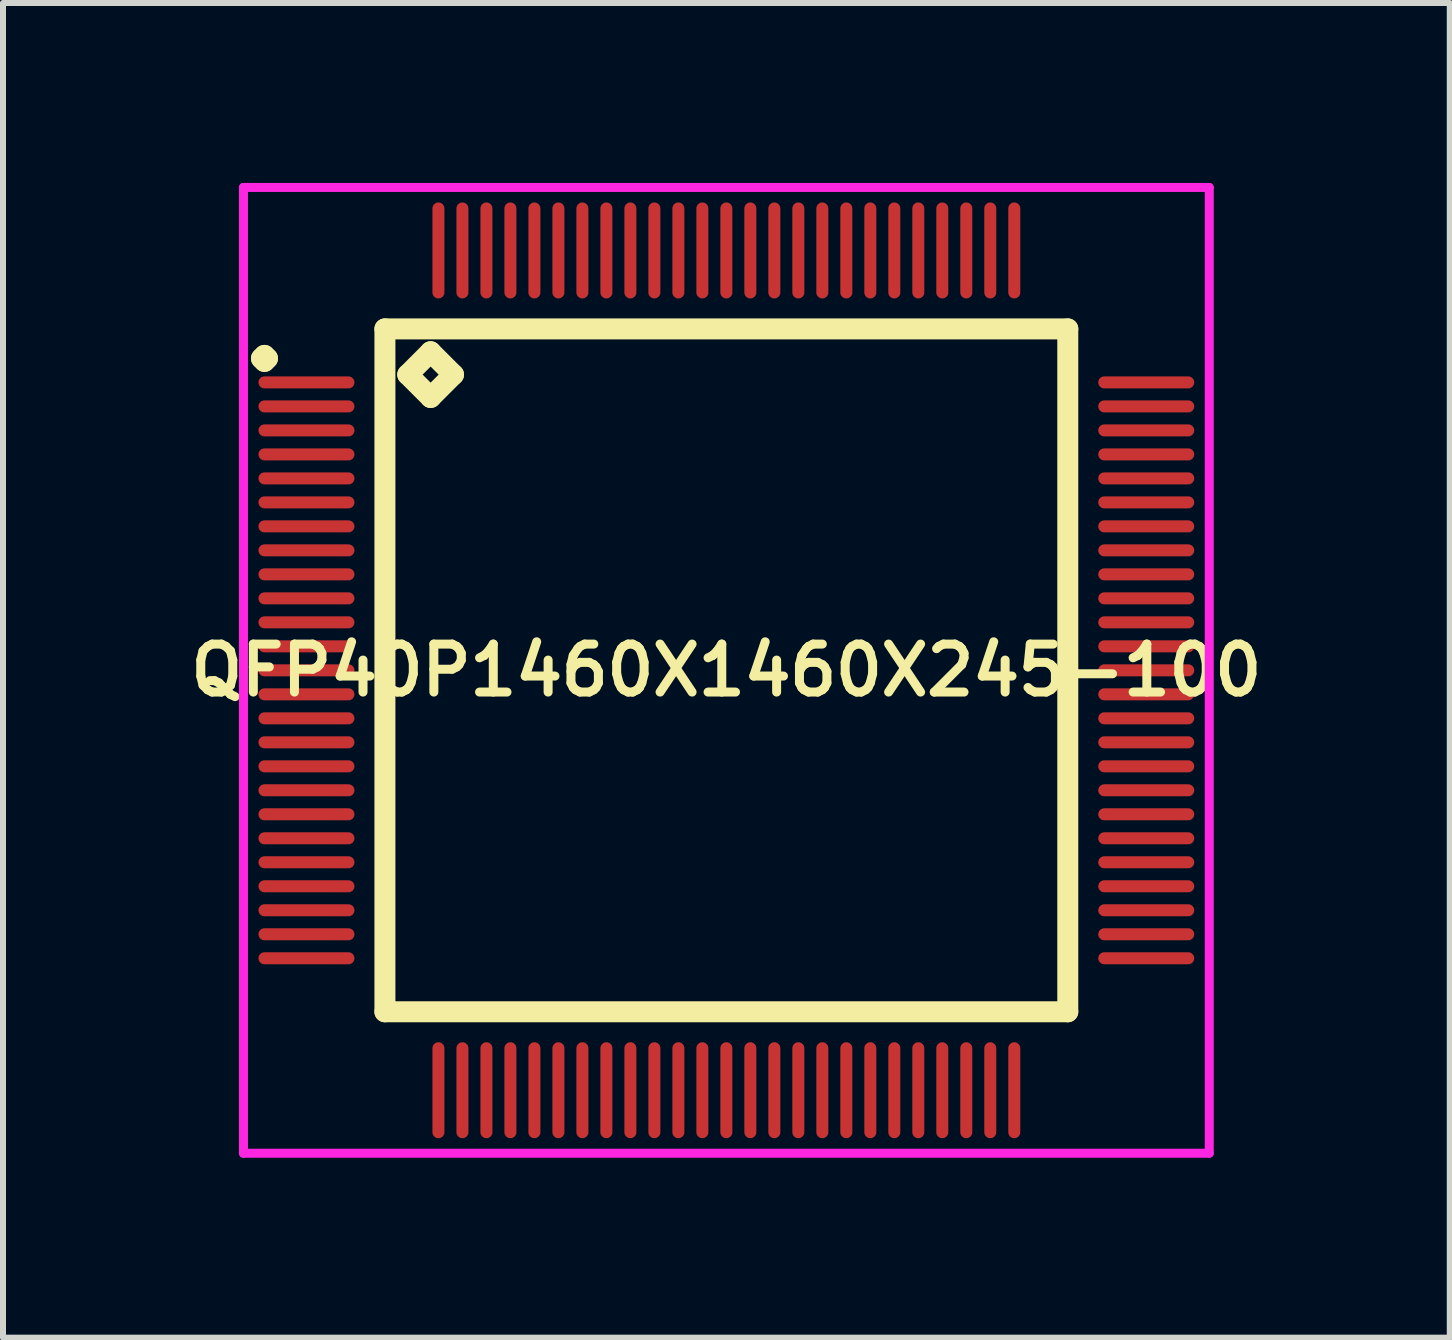
<source format=kicad_pcb>
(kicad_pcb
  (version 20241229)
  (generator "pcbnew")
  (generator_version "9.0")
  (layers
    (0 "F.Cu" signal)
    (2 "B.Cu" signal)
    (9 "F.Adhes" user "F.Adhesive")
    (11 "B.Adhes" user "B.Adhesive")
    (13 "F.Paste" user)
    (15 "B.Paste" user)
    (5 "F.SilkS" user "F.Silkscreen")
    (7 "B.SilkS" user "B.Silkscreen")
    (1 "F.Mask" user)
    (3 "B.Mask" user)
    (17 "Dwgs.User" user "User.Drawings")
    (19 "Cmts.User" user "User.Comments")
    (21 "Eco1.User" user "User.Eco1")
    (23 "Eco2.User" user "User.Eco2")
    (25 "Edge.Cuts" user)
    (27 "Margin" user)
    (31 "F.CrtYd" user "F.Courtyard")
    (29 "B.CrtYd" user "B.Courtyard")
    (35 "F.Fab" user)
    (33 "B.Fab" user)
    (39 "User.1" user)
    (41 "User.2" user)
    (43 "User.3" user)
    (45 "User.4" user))
  (footprint "QFP40P1460X1460X245-100"
    (layer "F.Cu")
    (at 9.059 8.125)
    (property "Reference" "QFP40P1460X1460X245-100" (at 0 0 0) (layer "F.SilkS") (effects (font (size 0.8 0.8) (thickness 0.15))))
    (attr smd)
    (fp_line (start -7.75 -5.2) (end -7.7 -5.25) (stroke (width 0.35) (type solid)) (layer "F.SilkS"))
    (fp_line (start -7.7 -5.25) (end -7.65 -5.2) (stroke (width 0.35) (type solid)) (layer "F.SilkS"))
    (fp_line (start -7.7 -5.15) (end -7.75 -5.2) (stroke (width 0.35) (type solid)) (layer "F.SilkS"))
    (fp_line (start -7.65 -5.2) (end -7.7 -5.15) (stroke (width 0.35) (type solid)) (layer "F.SilkS"))
    (fp_line (start -5.692 -5.692) (end -5.692 5.692) (stroke (width 0.35) (type solid)) (layer "F.SilkS"))
    (fp_line (start -5.692 5.692) (end 5.692 5.692) (stroke (width 0.35) (type solid)) (layer "F.SilkS"))
    (fp_line (start -5.311 -4.93) (end -4.93 -5.311) (stroke (width 0.35) (type solid)) (layer "F.SilkS"))
    (fp_line (start -4.93 -5.311) (end -4.549 -4.93) (stroke (width 0.35) (type solid)) (layer "F.SilkS"))
    (fp_line (start -4.93 -4.549) (end -5.311 -4.93) (stroke (width 0.35) (type solid)) (layer "F.SilkS"))
    (fp_line (start -4.549 -4.93) (end -4.93 -4.549) (stroke (width 0.35) (type solid)) (layer "F.SilkS"))
    (fp_line (start 5.692 -5.692) (end -5.692 -5.692) (stroke (width 0.35) (type solid)) (layer "F.SilkS"))
    (fp_line (start 5.692 5.692) (end 5.692 -5.692) (stroke (width 0.35) (type solid)) (layer "F.SilkS"))
    (fp_line (start -8.05 -8.05) (end 8.05 -8.05) (stroke (width 0.15) (type solid)) (layer "F.CrtYd"))
    (fp_line (start -8.05 8.05) (end -8.05 -8.05) (stroke (width 0.15) (type solid)) (layer "F.CrtYd"))
    (fp_line (start 8.05 -8.05) (end 8.05 8.05) (stroke (width 0.15) (type solid)) (layer "F.CrtYd"))
    (fp_line (start 8.05 8.05) (end -8.05 8.05) (stroke (width 0.15) (type solid)) (layer "F.CrtYd"))
    (pad "1" smd oval (at -7 -4.8) (size 1.6 0.2) (layers "F.Cu" "F.Mask" "F.Paste"))
    (pad "2" smd oval (at -7 -4.4) (size 1.6 0.2) (layers "F.Cu" "F.Mask" "F.Paste"))
    (pad "3" smd oval (at -7 -4) (size 1.6 0.2) (layers "F.Cu" "F.Mask" "F.Paste"))
    (pad "4" smd oval (at -7 -3.6) (size 1.6 0.2) (layers "F.Cu" "F.Mask" "F.Paste"))
    (pad "5" smd oval (at -7 -3.2) (size 1.6 0.2) (layers "F.Cu" "F.Mask" "F.Paste"))
    (pad "6" smd oval (at -7 -2.8) (size 1.6 0.2) (layers "F.Cu" "F.Mask" "F.Paste"))
    (pad "7" smd oval (at -7 -2.4) (size 1.6 0.2) (layers "F.Cu" "F.Mask" "F.Paste"))
    (pad "8" smd oval (at -7 -2) (size 1.6 0.2) (layers "F.Cu" "F.Mask" "F.Paste"))
    (pad "9" smd oval (at -7 -1.6) (size 1.6 0.2) (layers "F.Cu" "F.Mask" "F.Paste"))
    (pad "10" smd oval (at -7 -1.2) (size 1.6 0.2) (layers "F.Cu" "F.Mask" "F.Paste"))
    (pad "11" smd oval (at -7 -0.8) (size 1.6 0.2) (layers "F.Cu" "F.Mask" "F.Paste"))
    (pad "12" smd oval (at -7 -0.4) (size 1.6 0.2) (layers "F.Cu" "F.Mask" "F.Paste"))
    (pad "13" smd oval (at -7 0) (size 1.6 0.2) (layers "F.Cu" "F.Mask" "F.Paste"))
    (pad "14" smd oval (at -7 0.4) (size 1.6 0.2) (layers "F.Cu" "F.Mask" "F.Paste"))
    (pad "15" smd oval (at -7 0.8) (size 1.6 0.2) (layers "F.Cu" "F.Mask" "F.Paste"))
    (pad "16" smd oval (at -7 1.2) (size 1.6 0.2) (layers "F.Cu" "F.Mask" "F.Paste"))
    (pad "17" smd oval (at -7 1.6) (size 1.6 0.2) (layers "F.Cu" "F.Mask" "F.Paste"))
    (pad "18" smd oval (at -7 2) (size 1.6 0.2) (layers "F.Cu" "F.Mask" "F.Paste"))
    (pad "19" smd oval (at -7 2.4) (size 1.6 0.2) (layers "F.Cu" "F.Mask" "F.Paste"))
    (pad "20" smd oval (at -7 2.8) (size 1.6 0.2) (layers "F.Cu" "F.Mask" "F.Paste"))
    (pad "21" smd oval (at -7 3.2) (size 1.6 0.2) (layers "F.Cu" "F.Mask" "F.Paste"))
    (pad "22" smd oval (at -7 3.6) (size 1.6 0.2) (layers "F.Cu" "F.Mask" "F.Paste"))
    (pad "23" smd oval (at -7 4) (size 1.6 0.2) (layers "F.Cu" "F.Mask" "F.Paste"))
    (pad "24" smd oval (at -7 4.4) (size 1.6 0.2) (layers "F.Cu" "F.Mask" "F.Paste"))
    (pad "25" smd oval (at -7 4.8) (size 1.6 0.2) (layers "F.Cu" "F.Mask" "F.Paste"))
    (pad "26" smd oval (at -4.8 7) (size 0.2 1.6) (layers "F.Cu" "F.Mask" "F.Paste"))
    (pad "27" smd oval (at -4.4 7) (size 0.2 1.6) (layers "F.Cu" "F.Mask" "F.Paste"))
    (pad "28" smd oval (at -4 7) (size 0.2 1.6) (layers "F.Cu" "F.Mask" "F.Paste"))
    (pad "29" smd oval (at -3.6 7) (size 0.2 1.6) (layers "F.Cu" "F.Mask" "F.Paste"))
    (pad "30" smd oval (at -3.2 7) (size 0.2 1.6) (layers "F.Cu" "F.Mask" "F.Paste"))
    (pad "31" smd oval (at -2.8 7) (size 0.2 1.6) (layers "F.Cu" "F.Mask" "F.Paste"))
    (pad "32" smd oval (at -2.4 7) (size 0.2 1.6) (layers "F.Cu" "F.Mask" "F.Paste"))
    (pad "33" smd oval (at -2 7) (size 0.2 1.6) (layers "F.Cu" "F.Mask" "F.Paste"))
    (pad "34" smd oval (at -1.6 7) (size 0.2 1.6) (layers "F.Cu" "F.Mask" "F.Paste"))
    (pad "35" smd oval (at -1.2 7) (size 0.2 1.6) (layers "F.Cu" "F.Mask" "F.Paste"))
    (pad "36" smd oval (at -0.8 7) (size 0.2 1.6) (layers "F.Cu" "F.Mask" "F.Paste"))
    (pad "37" smd oval (at -0.4 7) (size 0.2 1.6) (layers "F.Cu" "F.Mask" "F.Paste"))
    (pad "38" smd oval (at 0 7) (size 0.2 1.6) (layers "F.Cu" "F.Mask" "F.Paste"))
    (pad "39" smd oval (at 0.4 7) (size 0.2 1.6) (layers "F.Cu" "F.Mask" "F.Paste"))
    (pad "40" smd oval (at 0.8 7) (size 0.2 1.6) (layers "F.Cu" "F.Mask" "F.Paste"))
    (pad "41" smd oval (at 1.2 7) (size 0.2 1.6) (layers "F.Cu" "F.Mask" "F.Paste"))
    (pad "42" smd oval (at 1.6 7) (size 0.2 1.6) (layers "F.Cu" "F.Mask" "F.Paste"))
    (pad "43" smd oval (at 2 7) (size 0.2 1.6) (layers "F.Cu" "F.Mask" "F.Paste"))
    (pad "44" smd oval (at 2.4 7) (size 0.2 1.6) (layers "F.Cu" "F.Mask" "F.Paste"))
    (pad "45" smd oval (at 2.8 7) (size 0.2 1.6) (layers "F.Cu" "F.Mask" "F.Paste"))
    (pad "46" smd oval (at 3.2 7) (size 0.2 1.6) (layers "F.Cu" "F.Mask" "F.Paste"))
    (pad "47" smd oval (at 3.6 7) (size 0.2 1.6) (layers "F.Cu" "F.Mask" "F.Paste"))
    (pad "48" smd oval (at 4 7) (size 0.2 1.6) (layers "F.Cu" "F.Mask" "F.Paste"))
    (pad "49" smd oval (at 4.4 7) (size 0.2 1.6) (layers "F.Cu" "F.Mask" "F.Paste"))
    (pad "50" smd oval (at 4.8 7) (size 0.2 1.6) (layers "F.Cu" "F.Mask" "F.Paste"))
    (pad "51" smd oval (at 7 4.8) (size 1.6 0.2) (layers "F.Cu" "F.Mask" "F.Paste"))
    (pad "52" smd oval (at 7 4.4) (size 1.6 0.2) (layers "F.Cu" "F.Mask" "F.Paste"))
    (pad "53" smd oval (at 7 4) (size 1.6 0.2) (layers "F.Cu" "F.Mask" "F.Paste"))
    (pad "54" smd oval (at 7 3.6) (size 1.6 0.2) (layers "F.Cu" "F.Mask" "F.Paste"))
    (pad "55" smd oval (at 7 3.2) (size 1.6 0.2) (layers "F.Cu" "F.Mask" "F.Paste"))
    (pad "56" smd oval (at 7 2.8) (size 1.6 0.2) (layers "F.Cu" "F.Mask" "F.Paste"))
    (pad "57" smd oval (at 7 2.4) (size 1.6 0.2) (layers "F.Cu" "F.Mask" "F.Paste"))
    (pad "58" smd oval (at 7 2) (size 1.6 0.2) (layers "F.Cu" "F.Mask" "F.Paste"))
    (pad "59" smd oval (at 7 1.6) (size 1.6 0.2) (layers "F.Cu" "F.Mask" "F.Paste"))
    (pad "60" smd oval (at 7 1.2) (size 1.6 0.2) (layers "F.Cu" "F.Mask" "F.Paste"))
    (pad "61" smd oval (at 7 0.8) (size 1.6 0.2) (layers "F.Cu" "F.Mask" "F.Paste"))
    (pad "62" smd oval (at 7 0.4) (size 1.6 0.2) (layers "F.Cu" "F.Mask" "F.Paste"))
    (pad "63" smd oval (at 7 0) (size 1.6 0.2) (layers "F.Cu" "F.Mask" "F.Paste"))
    (pad "64" smd oval (at 7 -0.4) (size 1.6 0.2) (layers "F.Cu" "F.Mask" "F.Paste"))
    (pad "65" smd oval (at 7 -0.8) (size 1.6 0.2) (layers "F.Cu" "F.Mask" "F.Paste"))
    (pad "66" smd oval (at 7 -1.2) (size 1.6 0.2) (layers "F.Cu" "F.Mask" "F.Paste"))
    (pad "67" smd oval (at 7 -1.6) (size 1.6 0.2) (layers "F.Cu" "F.Mask" "F.Paste"))
    (pad "68" smd oval (at 7 -2) (size 1.6 0.2) (layers "F.Cu" "F.Mask" "F.Paste"))
    (pad "69" smd oval (at 7 -2.4) (size 1.6 0.2) (layers "F.Cu" "F.Mask" "F.Paste"))
    (pad "70" smd oval (at 7 -2.8) (size 1.6 0.2) (layers "F.Cu" "F.Mask" "F.Paste"))
    (pad "71" smd oval (at 7 -3.2) (size 1.6 0.2) (layers "F.Cu" "F.Mask" "F.Paste"))
    (pad "72" smd oval (at 7 -3.6) (size 1.6 0.2) (layers "F.Cu" "F.Mask" "F.Paste"))
    (pad "73" smd oval (at 7 -4) (size 1.6 0.2) (layers "F.Cu" "F.Mask" "F.Paste"))
    (pad "74" smd oval (at 7 -4.4) (size 1.6 0.2) (layers "F.Cu" "F.Mask" "F.Paste"))
    (pad "75" smd oval (at 7 -4.8) (size 1.6 0.2) (layers "F.Cu" "F.Mask" "F.Paste"))
    (pad "76" smd oval (at 4.8 -7) (size 0.2 1.6) (layers "F.Cu" "F.Mask" "F.Paste"))
    (pad "77" smd oval (at 4.4 -7) (size 0.2 1.6) (layers "F.Cu" "F.Mask" "F.Paste"))
    (pad "78" smd oval (at 4 -7) (size 0.2 1.6) (layers "F.Cu" "F.Mask" "F.Paste"))
    (pad "79" smd oval (at 3.6 -7) (size 0.2 1.6) (layers "F.Cu" "F.Mask" "F.Paste"))
    (pad "80" smd oval (at 3.2 -7) (size 0.2 1.6) (layers "F.Cu" "F.Mask" "F.Paste"))
    (pad "81" smd oval (at 2.8 -7) (size 0.2 1.6) (layers "F.Cu" "F.Mask" "F.Paste"))
    (pad "82" smd oval (at 2.4 -7) (size 0.2 1.6) (layers "F.Cu" "F.Mask" "F.Paste"))
    (pad "83" smd oval (at 2 -7) (size 0.2 1.6) (layers "F.Cu" "F.Mask" "F.Paste"))
    (pad "84" smd oval (at 1.6 -7) (size 0.2 1.6) (layers "F.Cu" "F.Mask" "F.Paste"))
    (pad "85" smd oval (at 1.2 -7) (size 0.2 1.6) (layers "F.Cu" "F.Mask" "F.Paste"))
    (pad "86" smd oval (at 0.8 -7) (size 0.2 1.6) (layers "F.Cu" "F.Mask" "F.Paste"))
    (pad "87" smd oval (at 0.4 -7) (size 0.2 1.6) (layers "F.Cu" "F.Mask" "F.Paste"))
    (pad "88" smd oval (at 0 -7) (size 0.2 1.6) (layers "F.Cu" "F.Mask" "F.Paste"))
    (pad "89" smd oval (at -0.4 -7) (size 0.2 1.6) (layers "F.Cu" "F.Mask" "F.Paste"))
    (pad "90" smd oval (at -0.8 -7) (size 0.2 1.6) (layers "F.Cu" "F.Mask" "F.Paste"))
    (pad "91" smd oval (at -1.2 -7) (size 0.2 1.6) (layers "F.Cu" "F.Mask" "F.Paste"))
    (pad "92" smd oval (at -1.6 -7) (size 0.2 1.6) (layers "F.Cu" "F.Mask" "F.Paste"))
    (pad "93" smd oval (at -2 -7) (size 0.2 1.6) (layers "F.Cu" "F.Mask" "F.Paste"))
    (pad "94" smd oval (at -2.4 -7) (size 0.2 1.6) (layers "F.Cu" "F.Mask" "F.Paste"))
    (pad "95" smd oval (at -2.8 -7) (size 0.2 1.6) (layers "F.Cu" "F.Mask" "F.Paste"))
    (pad "96" smd oval (at -3.2 -7) (size 0.2 1.6) (layers "F.Cu" "F.Mask" "F.Paste"))
    (pad "97" smd oval (at -3.6 -7) (size 0.2 1.6) (layers "F.Cu" "F.Mask" "F.Paste"))
    (pad "98" smd oval (at -4 -7) (size 0.2 1.6) (layers "F.Cu" "F.Mask" "F.Paste"))
    (pad "99" smd oval (at -4.4 -7) (size 0.2 1.6) (layers "F.Cu" "F.Mask" "F.Paste"))
    (pad "100" smd oval (at -4.8 -7) (size 0.2 1.6) (layers "F.Cu" "F.Mask" "F.Paste")))
  (gr_rect
    (start -3 -3)
    (end 21.119 19.25)
    (stroke (width 0.1) (type default))
    (fill no)
    (layer "Edge.Cuts")))
</source>
